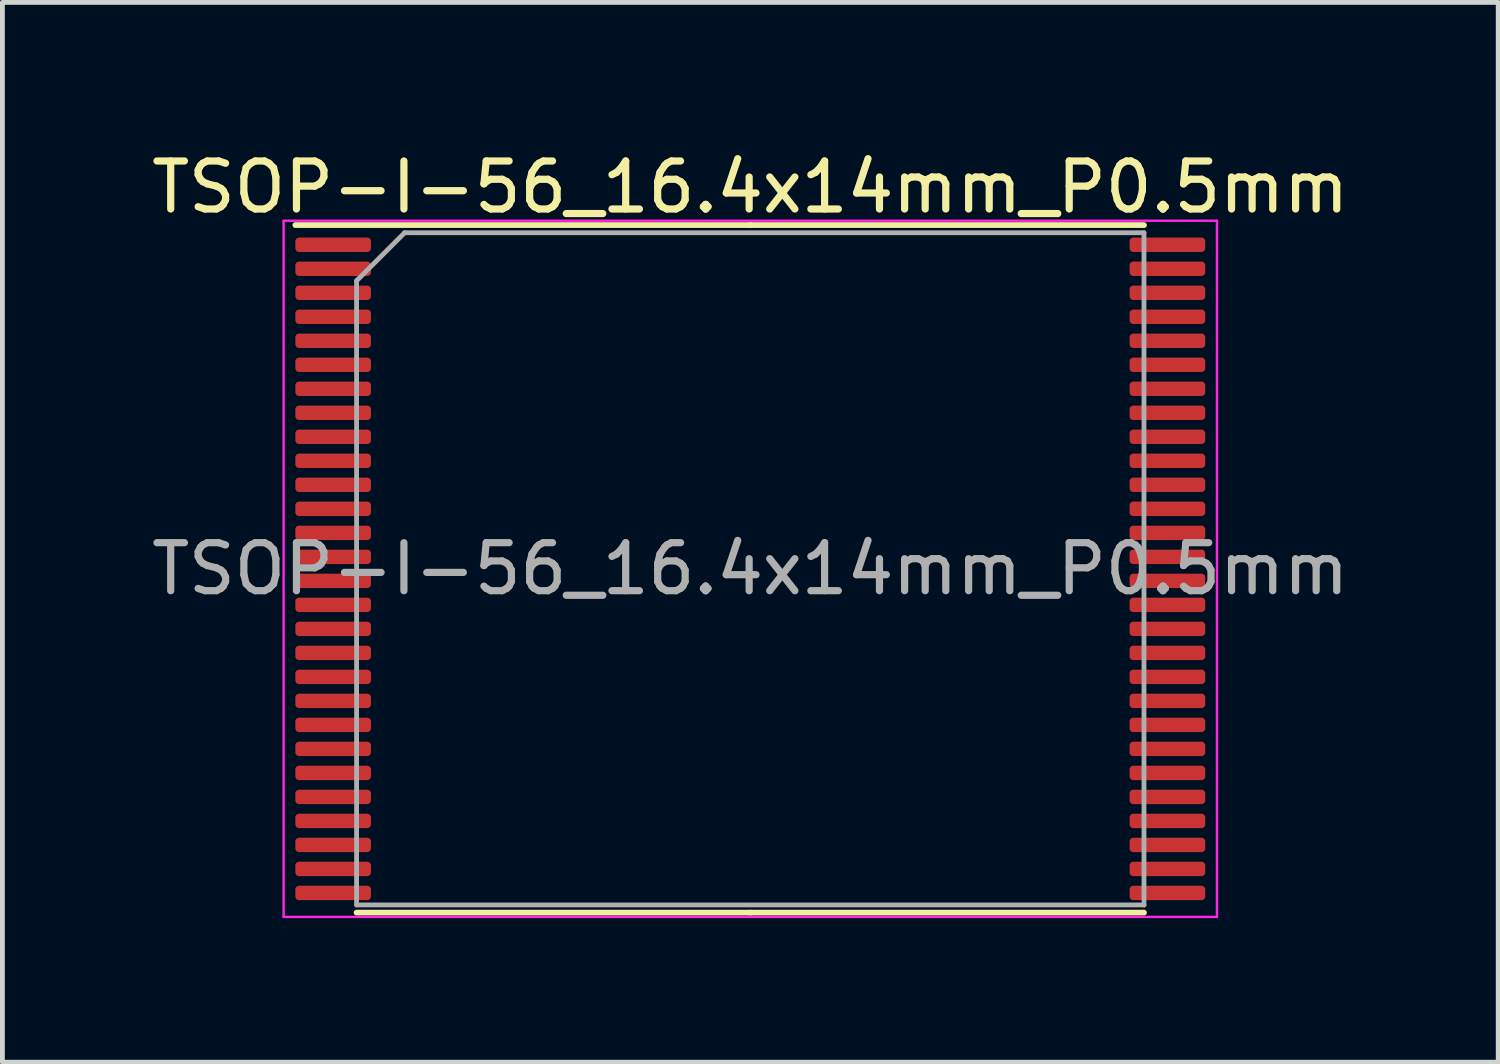
<source format=kicad_pcb>
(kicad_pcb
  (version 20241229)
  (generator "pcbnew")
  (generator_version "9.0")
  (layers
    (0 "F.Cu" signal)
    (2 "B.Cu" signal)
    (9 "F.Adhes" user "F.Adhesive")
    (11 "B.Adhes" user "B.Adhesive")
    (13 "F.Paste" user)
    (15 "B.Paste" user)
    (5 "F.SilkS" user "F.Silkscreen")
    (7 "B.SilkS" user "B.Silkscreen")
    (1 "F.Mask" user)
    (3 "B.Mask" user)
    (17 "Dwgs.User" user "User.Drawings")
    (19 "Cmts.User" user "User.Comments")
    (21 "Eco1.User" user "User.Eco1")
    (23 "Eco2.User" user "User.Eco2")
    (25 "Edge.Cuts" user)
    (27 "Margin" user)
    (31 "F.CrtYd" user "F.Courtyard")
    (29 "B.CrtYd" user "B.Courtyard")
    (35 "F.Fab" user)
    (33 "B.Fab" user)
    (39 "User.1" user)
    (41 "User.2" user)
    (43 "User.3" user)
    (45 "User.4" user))
  (footprint "TSOP-I-56_16.4x14mm_P0.5mm"
    (layer "F.Cu")
    (at 12.577 8.798)
    (property "Reference" "TSOP-I-56_16.4x14mm_P0.5mm" (at 0 -7.95 0) (layer "F.SilkS") (effects (font (size 1 1) (thickness 0.15))))
    (attr smd)
    (fp_line (start 0 -7.16) (end -9.475 -7.16) (stroke (width 0.12) (type solid)) (layer "F.SilkS"))
    (fp_line (start 0 -7.16) (end 8.2 -7.16) (stroke (width 0.12) (type solid)) (layer "F.SilkS"))
    (fp_line (start 0 7.16) (end -8.2 7.16) (stroke (width 0.12) (type solid)) (layer "F.SilkS"))
    (fp_line (start 0 7.16) (end 8.2 7.16) (stroke (width 0.12) (type solid)) (layer "F.SilkS"))
    (fp_line (start -9.72 -7.25) (end -9.72 7.25) (stroke (width 0.05) (type solid)) (layer "F.CrtYd"))
    (fp_line (start -9.72 7.25) (end 9.72 7.25) (stroke (width 0.05) (type solid)) (layer "F.CrtYd"))
    (fp_line (start 9.72 -7.25) (end -9.72 -7.25) (stroke (width 0.05) (type solid)) (layer "F.CrtYd"))
    (fp_line (start 9.72 7.25) (end 9.72 -7.25) (stroke (width 0.05) (type solid)) (layer "F.CrtYd"))
    (fp_line (start -8.2 -6) (end -7.2 -7) (stroke (width 0.1) (type solid)) (layer "F.Fab"))
    (fp_line (start -8.2 7) (end -8.2 -6) (stroke (width 0.1) (type solid)) (layer "F.Fab"))
    (fp_line (start -7.2 -7) (end 8.2 -7) (stroke (width 0.1) (type solid)) (layer "F.Fab"))
    (fp_line (start 8.2 -7) (end 8.2 7) (stroke (width 0.1) (type solid)) (layer "F.Fab"))
    (fp_line (start 8.2 7) (end -8.2 7) (stroke (width 0.1) (type solid)) (layer "F.Fab"))
    (fp_text user "${REFERENCE}" (at 0 0 0) (layer "F.Fab") (effects (font (size 1 1) (thickness 0.15))))
    (pad "1" smd roundrect (at -8.688 -6.75) (size 1.575 0.3) (layers "F.Cu" "F.Mask" "F.Paste") (roundrect_rratio 0.25))
    (pad "2" smd roundrect (at -8.688 -6.25) (size 1.575 0.3) (layers "F.Cu" "F.Mask" "F.Paste") (roundrect_rratio 0.25))
    (pad "3" smd roundrect (at -8.688 -5.75) (size 1.575 0.3) (layers "F.Cu" "F.Mask" "F.Paste") (roundrect_rratio 0.25))
    (pad "4" smd roundrect (at -8.688 -5.25) (size 1.575 0.3) (layers "F.Cu" "F.Mask" "F.Paste") (roundrect_rratio 0.25))
    (pad "5" smd roundrect (at -8.688 -4.75) (size 1.575 0.3) (layers "F.Cu" "F.Mask" "F.Paste") (roundrect_rratio 0.25))
    (pad "6" smd roundrect (at -8.688 -4.25) (size 1.575 0.3) (layers "F.Cu" "F.Mask" "F.Paste") (roundrect_rratio 0.25))
    (pad "7" smd roundrect (at -8.688 -3.75) (size 1.575 0.3) (layers "F.Cu" "F.Mask" "F.Paste") (roundrect_rratio 0.25))
    (pad "8" smd roundrect (at -8.688 -3.25) (size 1.575 0.3) (layers "F.Cu" "F.Mask" "F.Paste") (roundrect_rratio 0.25))
    (pad "9" smd roundrect (at -8.688 -2.75) (size 1.575 0.3) (layers "F.Cu" "F.Mask" "F.Paste") (roundrect_rratio 0.25))
    (pad "10" smd roundrect (at -8.688 -2.25) (size 1.575 0.3) (layers "F.Cu" "F.Mask" "F.Paste") (roundrect_rratio 0.25))
    (pad "11" smd roundrect (at -8.688 -1.75) (size 1.575 0.3) (layers "F.Cu" "F.Mask" "F.Paste") (roundrect_rratio 0.25))
    (pad "12" smd roundrect (at -8.688 -1.25) (size 1.575 0.3) (layers "F.Cu" "F.Mask" "F.Paste") (roundrect_rratio 0.25))
    (pad "13" smd roundrect (at -8.688 -0.75) (size 1.575 0.3) (layers "F.Cu" "F.Mask" "F.Paste") (roundrect_rratio 0.25))
    (pad "14" smd roundrect (at -8.688 -0.25) (size 1.575 0.3) (layers "F.Cu" "F.Mask" "F.Paste") (roundrect_rratio 0.25))
    (pad "15" smd roundrect (at -8.688 0.25) (size 1.575 0.3) (layers "F.Cu" "F.Mask" "F.Paste") (roundrect_rratio 0.25))
    (pad "16" smd roundrect (at -8.688 0.75) (size 1.575 0.3) (layers "F.Cu" "F.Mask" "F.Paste") (roundrect_rratio 0.25))
    (pad "17" smd roundrect (at -8.688 1.25) (size 1.575 0.3) (layers "F.Cu" "F.Mask" "F.Paste") (roundrect_rratio 0.25))
    (pad "18" smd roundrect (at -8.688 1.75) (size 1.575 0.3) (layers "F.Cu" "F.Mask" "F.Paste") (roundrect_rratio 0.25))
    (pad "19" smd roundrect (at -8.688 2.25) (size 1.575 0.3) (layers "F.Cu" "F.Mask" "F.Paste") (roundrect_rratio 0.25))
    (pad "20" smd roundrect (at -8.688 2.75) (size 1.575 0.3) (layers "F.Cu" "F.Mask" "F.Paste") (roundrect_rratio 0.25))
    (pad "21" smd roundrect (at -8.688 3.25) (size 1.575 0.3) (layers "F.Cu" "F.Mask" "F.Paste") (roundrect_rratio 0.25))
    (pad "22" smd roundrect (at -8.688 3.75) (size 1.575 0.3) (layers "F.Cu" "F.Mask" "F.Paste") (roundrect_rratio 0.25))
    (pad "23" smd roundrect (at -8.688 4.25) (size 1.575 0.3) (layers "F.Cu" "F.Mask" "F.Paste") (roundrect_rratio 0.25))
    (pad "24" smd roundrect (at -8.688 4.75) (size 1.575 0.3) (layers "F.Cu" "F.Mask" "F.Paste") (roundrect_rratio 0.25))
    (pad "25" smd roundrect (at -8.688 5.25) (size 1.575 0.3) (layers "F.Cu" "F.Mask" "F.Paste") (roundrect_rratio 0.25))
    (pad "26" smd roundrect (at -8.688 5.75) (size 1.575 0.3) (layers "F.Cu" "F.Mask" "F.Paste") (roundrect_rratio 0.25))
    (pad "27" smd roundrect (at -8.688 6.25) (size 1.575 0.3) (layers "F.Cu" "F.Mask" "F.Paste") (roundrect_rratio 0.25))
    (pad "28" smd roundrect (at -8.688 6.75) (size 1.575 0.3) (layers "F.Cu" "F.Mask" "F.Paste") (roundrect_rratio 0.25))
    (pad "29" smd roundrect (at 8.688 6.75) (size 1.575 0.3) (layers "F.Cu" "F.Mask" "F.Paste") (roundrect_rratio 0.25))
    (pad "30" smd roundrect (at 8.688 6.25) (size 1.575 0.3) (layers "F.Cu" "F.Mask" "F.Paste") (roundrect_rratio 0.25))
    (pad "31" smd roundrect (at 8.688 5.75) (size 1.575 0.3) (layers "F.Cu" "F.Mask" "F.Paste") (roundrect_rratio 0.25))
    (pad "32" smd roundrect (at 8.688 5.25) (size 1.575 0.3) (layers "F.Cu" "F.Mask" "F.Paste") (roundrect_rratio 0.25))
    (pad "33" smd roundrect (at 8.688 4.75) (size 1.575 0.3) (layers "F.Cu" "F.Mask" "F.Paste") (roundrect_rratio 0.25))
    (pad "34" smd roundrect (at 8.688 4.25) (size 1.575 0.3) (layers "F.Cu" "F.Mask" "F.Paste") (roundrect_rratio 0.25))
    (pad "35" smd roundrect (at 8.688 3.75) (size 1.575 0.3) (layers "F.Cu" "F.Mask" "F.Paste") (roundrect_rratio 0.25))
    (pad "36" smd roundrect (at 8.688 3.25) (size 1.575 0.3) (layers "F.Cu" "F.Mask" "F.Paste") (roundrect_rratio 0.25))
    (pad "37" smd roundrect (at 8.688 2.75) (size 1.575 0.3) (layers "F.Cu" "F.Mask" "F.Paste") (roundrect_rratio 0.25))
    (pad "38" smd roundrect (at 8.688 2.25) (size 1.575 0.3) (layers "F.Cu" "F.Mask" "F.Paste") (roundrect_rratio 0.25))
    (pad "39" smd roundrect (at 8.688 1.75) (size 1.575 0.3) (layers "F.Cu" "F.Mask" "F.Paste") (roundrect_rratio 0.25))
    (pad "40" smd roundrect (at 8.688 1.25) (size 1.575 0.3) (layers "F.Cu" "F.Mask" "F.Paste") (roundrect_rratio 0.25))
    (pad "41" smd roundrect (at 8.688 0.75) (size 1.575 0.3) (layers "F.Cu" "F.Mask" "F.Paste") (roundrect_rratio 0.25))
    (pad "42" smd roundrect (at 8.688 0.25) (size 1.575 0.3) (layers "F.Cu" "F.Mask" "F.Paste") (roundrect_rratio 0.25))
    (pad "43" smd roundrect (at 8.688 -0.25) (size 1.575 0.3) (layers "F.Cu" "F.Mask" "F.Paste") (roundrect_rratio 0.25))
    (pad "44" smd roundrect (at 8.688 -0.75) (size 1.575 0.3) (layers "F.Cu" "F.Mask" "F.Paste") (roundrect_rratio 0.25))
    (pad "45" smd roundrect (at 8.688 -1.25) (size 1.575 0.3) (layers "F.Cu" "F.Mask" "F.Paste") (roundrect_rratio 0.25))
    (pad "46" smd roundrect (at 8.688 -1.75) (size 1.575 0.3) (layers "F.Cu" "F.Mask" "F.Paste") (roundrect_rratio 0.25))
    (pad "47" smd roundrect (at 8.688 -2.25) (size 1.575 0.3) (layers "F.Cu" "F.Mask" "F.Paste") (roundrect_rratio 0.25))
    (pad "48" smd roundrect (at 8.688 -2.75) (size 1.575 0.3) (layers "F.Cu" "F.Mask" "F.Paste") (roundrect_rratio 0.25))
    (pad "49" smd roundrect (at 8.688 -3.25) (size 1.575 0.3) (layers "F.Cu" "F.Mask" "F.Paste") (roundrect_rratio 0.25))
    (pad "50" smd roundrect (at 8.688 -3.75) (size 1.575 0.3) (layers "F.Cu" "F.Mask" "F.Paste") (roundrect_rratio 0.25))
    (pad "51" smd roundrect (at 8.688 -4.25) (size 1.575 0.3) (layers "F.Cu" "F.Mask" "F.Paste") (roundrect_rratio 0.25))
    (pad "52" smd roundrect (at 8.688 -4.75) (size 1.575 0.3) (layers "F.Cu" "F.Mask" "F.Paste") (roundrect_rratio 0.25))
    (pad "53" smd roundrect (at 8.688 -5.25) (size 1.575 0.3) (layers "F.Cu" "F.Mask" "F.Paste") (roundrect_rratio 0.25))
    (pad "54" smd roundrect (at 8.688 -5.75) (size 1.575 0.3) (layers "F.Cu" "F.Mask" "F.Paste") (roundrect_rratio 0.25))
    (pad "55" smd roundrect (at 8.688 -6.25) (size 1.575 0.3) (layers "F.Cu" "F.Mask" "F.Paste") (roundrect_rratio 0.25))
    (pad "56" smd roundrect (at 8.688 -6.75) (size 1.575 0.3) (layers "F.Cu" "F.Mask" "F.Paste") (roundrect_rratio 0.25)))
  (gr_rect
    (start -3 -3)
    (end 28.155 19.073)
    (stroke (width 0.1) (type default))
    (fill no)
    (layer "Edge.Cuts")))
</source>
